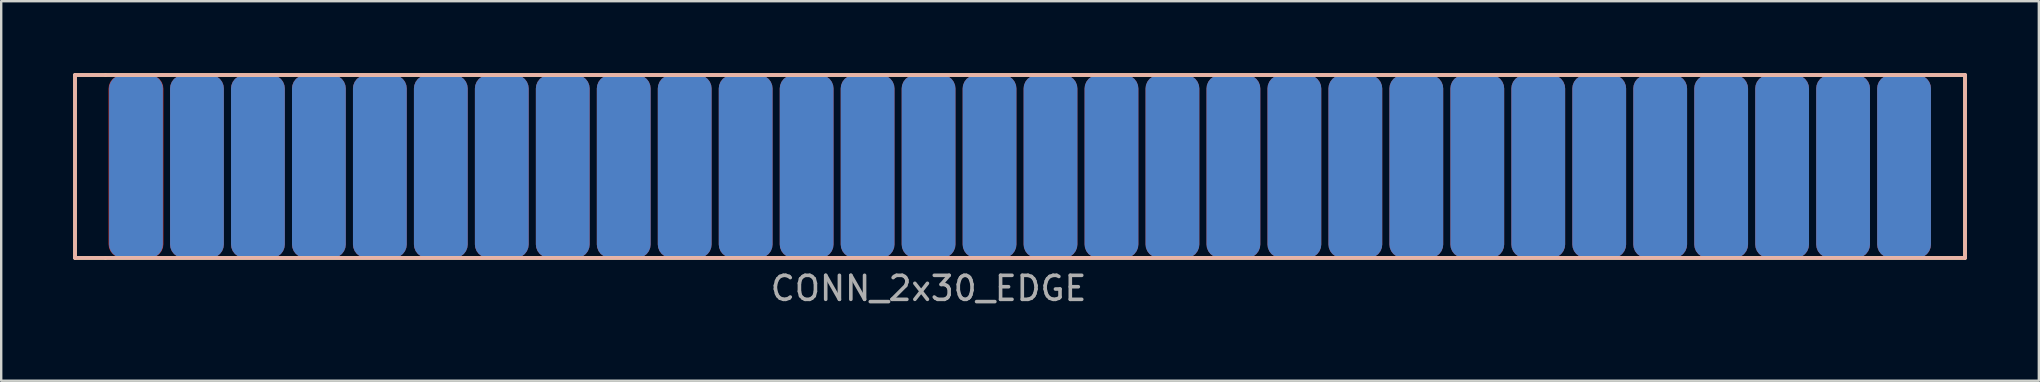
<source format=kicad_pcb>
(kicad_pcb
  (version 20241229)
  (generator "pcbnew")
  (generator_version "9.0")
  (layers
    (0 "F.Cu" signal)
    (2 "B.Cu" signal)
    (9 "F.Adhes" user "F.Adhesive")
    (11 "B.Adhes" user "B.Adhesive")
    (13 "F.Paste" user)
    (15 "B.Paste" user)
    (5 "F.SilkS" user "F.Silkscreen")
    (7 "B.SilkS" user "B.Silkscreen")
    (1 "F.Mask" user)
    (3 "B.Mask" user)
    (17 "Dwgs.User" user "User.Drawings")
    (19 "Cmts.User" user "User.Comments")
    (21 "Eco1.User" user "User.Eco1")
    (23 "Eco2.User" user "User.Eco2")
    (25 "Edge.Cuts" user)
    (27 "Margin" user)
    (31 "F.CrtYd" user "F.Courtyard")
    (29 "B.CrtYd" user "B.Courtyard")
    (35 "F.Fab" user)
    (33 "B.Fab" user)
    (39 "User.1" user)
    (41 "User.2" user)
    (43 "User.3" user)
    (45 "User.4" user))
  (footprint "CONN_2x30_EDGE"
    (layer "F.Cu")
    (at 35.635 3.885)
    (property "Reference" "CONN_2x30_EDGE" (at 0 5.08 0) (layer "F.Fab") (effects (font (size 1 1) (thickness 0.15))))
    (attr through_hole)
    (fp_line (start -35.56 -3.81) (end -35.56 3.81) (stroke (width 0.15) (type solid)) (layer "F.SilkS"))
    (fp_line (start -34.29 -3.81) (end -35.56 -3.81) (stroke (width 0.15) (type solid)) (layer "F.SilkS"))
    (fp_line (start -34.29 -3.81) (end 43.18 -3.81) (stroke (width 0.15) (type solid)) (layer "F.SilkS"))
    (fp_line (start -34.29 3.81) (end -35.56 3.81) (stroke (width 0.15) (type solid)) (layer "F.SilkS"))
    (fp_line (start 43.18 -3.81) (end 43.18 3.81) (stroke (width 0.15) (type solid)) (layer "F.SilkS"))
    (fp_line (start 43.18 3.81) (end -34.29 3.81) (stroke (width 0.15) (type solid)) (layer "F.SilkS"))
    (fp_line (start -35.56 -3.81) (end 43.18 -3.81) (stroke (width 0.15) (type solid)) (layer "B.SilkS"))
    (fp_line (start -35.56 3.81) (end -35.56 -3.81) (stroke (width 0.15) (type solid)) (layer "B.SilkS"))
    (fp_line (start 43.18 -3.81) (end 43.18 3.81) (stroke (width 0.15) (type solid)) (layer "B.SilkS"))
    (fp_line (start 43.18 3.81) (end -35.56 3.81) (stroke (width 0.15) (type solid)) (layer "B.SilkS"))
    (pad "a1" connect roundrect (at -33.02 0) (size 2.286 7.62) (layers "F.Cu" "F.Mask" "F.Paste") (roundrect_rratio 0.25))
    (pad "a2" connect roundrect (at -30.48 0) (size 2.24 7.62) (layers "F.Cu" "F.Mask" "F.Paste") (roundrect_rratio 0.25))
    (pad "a3" connect roundrect (at -27.94 0) (size 2.24 7.62) (layers "F.Cu" "F.Mask" "F.Paste") (roundrect_rratio 0.25))
    (pad "a4" connect roundrect (at -25.4 0) (size 2.24 7.62) (layers "F.Cu" "F.Mask" "F.Paste") (roundrect_rratio 0.25))
    (pad "a5" connect roundrect (at -22.86 0) (size 2.24 7.62) (layers "F.Cu" "F.Mask" "F.Paste") (roundrect_rratio 0.25))
    (pad "a6" connect roundrect (at -20.32 0) (size 2.24 7.62) (layers "F.Cu" "F.Mask" "F.Paste") (roundrect_rratio 0.25))
    (pad "a7" connect roundrect (at -17.78 0) (size 2.24 7.62) (layers "F.Cu" "F.Mask" "F.Paste") (roundrect_rratio 0.25))
    (pad "a8" connect roundrect (at -15.24 0) (size 2.24 7.62) (layers "F.Cu" "F.Mask" "F.Paste") (roundrect_rratio 0.25))
    (pad "a9" connect roundrect (at -12.7 0) (size 2.24 7.62) (layers "F.Cu" "F.Mask" "F.Paste") (roundrect_rratio 0.25))
    (pad "a10" connect roundrect (at -10.16 0) (size 2.24 7.62) (layers "F.Cu" "F.Mask" "F.Paste") (roundrect_rratio 0.25))
    (pad "a11" connect roundrect (at -7.62 0) (size 2.24 7.62) (layers "F.Cu" "F.Mask" "F.Paste") (roundrect_rratio 0.25))
    (pad "a12" connect roundrect (at -5.08 0) (size 2.24 7.62) (layers "F.Cu" "F.Mask" "F.Paste") (roundrect_rratio 0.25))
    (pad "a13" connect roundrect (at -2.54 0) (size 2.24 7.62) (layers "F.Cu" "F.Mask" "F.Paste") (roundrect_rratio 0.25))
    (pad "a14" connect roundrect (at 0 0) (size 2.24 7.62) (layers "F.Cu" "F.Mask" "F.Paste") (roundrect_rratio 0.25))
    (pad "a15" connect roundrect (at 2.54 0) (size 2.24 7.62) (layers "F.Cu" "F.Mask" "F.Paste") (roundrect_rratio 0.25))
    (pad "a16" connect roundrect (at 5.08 0) (size 2.24 7.62) (layers "F.Cu" "F.Mask" "F.Paste") (roundrect_rratio 0.25))
    (pad "a17" connect roundrect (at 7.62 0) (size 2.24 7.62) (layers "F.Cu" "F.Mask" "F.Paste") (roundrect_rratio 0.25))
    (pad "a18" connect roundrect (at 10.16 0) (size 2.24 7.62) (layers "F.Cu" "F.Mask" "F.Paste") (roundrect_rratio 0.25))
    (pad "a19" connect roundrect (at 12.7 0) (size 2.24 7.62) (layers "F.Cu" "F.Mask" "F.Paste") (roundrect_rratio 0.25))
    (pad "a20" connect roundrect (at 15.24 0) (size 2.24 7.62) (layers "F.Cu" "F.Mask" "F.Paste") (roundrect_rratio 0.25))
    (pad "a21" connect roundrect (at 17.78 0) (size 2.24 7.62) (layers "F.Cu" "F.Mask" "F.Paste") (roundrect_rratio 0.25))
    (pad "a22" connect roundrect (at 20.32 0) (size 2.24 7.62) (layers "F.Cu" "F.Mask" "F.Paste") (roundrect_rratio 0.25))
    (pad "a23" connect roundrect (at 22.86 0) (size 2.24 7.62) (layers "F.Cu" "F.Mask" "F.Paste") (roundrect_rratio 0.25))
    (pad "a24" connect roundrect (at 25.4 0) (size 2.24 7.62) (layers "F.Cu" "F.Mask" "F.Paste") (roundrect_rratio 0.25))
    (pad "a25" connect roundrect (at 27.94 0) (size 2.24 7.62) (layers "F.Cu" "F.Mask" "F.Paste") (roundrect_rratio 0.25))
    (pad "a26" connect roundrect (at 30.48 0) (size 2.24 7.62) (layers "F.Cu" "F.Mask" "F.Paste") (roundrect_rratio 0.25))
    (pad "a27" connect roundrect (at 33.02 0) (size 2.24 7.62) (layers "F.Cu" "F.Mask" "F.Paste") (roundrect_rratio 0.25))
    (pad "a28" connect roundrect (at 35.56 0) (size 2.24 7.62) (layers "F.Cu" "F.Mask" "F.Paste") (roundrect_rratio 0.25))
    (pad "a29" connect roundrect (at 38.1 0) (size 2.24 7.62) (layers "F.Cu" "F.Mask" "F.Paste") (roundrect_rratio 0.25))
    (pad "a30" connect roundrect (at 40.64 0) (size 2.24 7.62) (layers "F.Cu" "F.Mask" "F.Paste") (roundrect_rratio 0.25))
    (pad "b1" connect roundrect (at -33.02 0) (size 2.24 7.62) (layers "B.Cu" "B.Mask" "B.Paste") (roundrect_rratio 0.25))
    (pad "b2" connect roundrect (at -30.48 0) (size 2.24 7.62) (layers "B.Cu" "B.Mask" "B.Paste") (roundrect_rratio 0.25))
    (pad "b3" connect roundrect (at -27.94 0) (size 2.24 7.62) (layers "B.Cu" "B.Mask" "B.Paste") (roundrect_rratio 0.25))
    (pad "b4" connect roundrect (at -25.4 0) (size 2.24 7.62) (layers "B.Cu" "B.Mask" "B.Paste") (roundrect_rratio 0.25))
    (pad "b5" connect roundrect (at -22.86 0) (size 2.24 7.62) (layers "B.Cu" "B.Mask" "B.Paste") (roundrect_rratio 0.25))
    (pad "b6" connect roundrect (at -20.32 0) (size 2.24 7.62) (layers "B.Cu" "B.Mask" "B.Paste") (roundrect_rratio 0.25))
    (pad "b7" connect roundrect (at -17.78 0) (size 2.24 7.62) (layers "B.Cu" "B.Mask" "B.Paste") (roundrect_rratio 0.25))
    (pad "b8" connect roundrect (at -15.24 0) (size 2.24 7.62) (layers "B.Cu" "B.Mask" "B.Paste") (roundrect_rratio 0.25))
    (pad "b9" connect roundrect (at -12.7 0) (size 2.24 7.62) (layers "B.Cu" "B.Mask" "B.Paste") (roundrect_rratio 0.25))
    (pad "b10" connect roundrect (at -10.16 0) (size 2.24 7.62) (layers "B.Cu" "B.Mask" "B.Paste") (roundrect_rratio 0.25))
    (pad "b11" connect roundrect (at -7.62 0) (size 2.24 7.62) (layers "B.Cu" "B.Mask" "B.Paste") (roundrect_rratio 0.25))
    (pad "b12" connect roundrect (at -5.08 0) (size 2.24 7.62) (layers "B.Cu" "B.Mask" "B.Paste") (roundrect_rratio 0.25))
    (pad "b13" connect roundrect (at -2.54 0) (size 2.24 7.62) (layers "B.Cu" "B.Mask" "B.Paste") (roundrect_rratio 0.25))
    (pad "b14" connect roundrect (at 0 0) (size 2.24 7.62) (layers "B.Cu" "B.Mask" "B.Paste") (roundrect_rratio 0.25))
    (pad "b15" connect roundrect (at 2.54 0) (size 2.24 7.62) (layers "B.Cu" "B.Mask" "B.Paste") (roundrect_rratio 0.25))
    (pad "b16" connect roundrect (at 5.08 0) (size 2.24 7.62) (layers "B.Cu" "B.Mask" "B.Paste") (roundrect_rratio 0.25))
    (pad "b17" connect roundrect (at 7.62 0) (size 2.24 7.62) (layers "B.Cu" "B.Mask" "B.Paste") (roundrect_rratio 0.25))
    (pad "b18" connect roundrect (at 10.16 0) (size 2.24 7.62) (layers "B.Cu" "B.Mask" "B.Paste") (roundrect_rratio 0.25))
    (pad "b19" connect roundrect (at 12.7 0) (size 2.24 7.62) (layers "B.Cu" "B.Mask" "B.Paste") (roundrect_rratio 0.25))
    (pad "b20" connect roundrect (at 15.24 0) (size 2.24 7.62) (layers "B.Cu" "B.Mask" "B.Paste") (roundrect_rratio 0.25))
    (pad "b21" connect roundrect (at 17.78 0) (size 2.24 7.62) (layers "B.Cu" "B.Mask" "B.Paste") (roundrect_rratio 0.25))
    (pad "b22" connect roundrect (at 20.32 0) (size 2.24 7.62) (layers "B.Cu" "B.Mask" "B.Paste") (roundrect_rratio 0.25))
    (pad "b23" connect roundrect (at 22.86 0) (size 2.24 7.62) (layers "B.Cu" "B.Mask" "B.Paste") (roundrect_rratio 0.25))
    (pad "b24" connect roundrect (at 25.4 0) (size 2.24 7.62) (layers "B.Cu" "B.Mask" "B.Paste") (roundrect_rratio 0.25))
    (pad "b25" connect roundrect (at 27.94 0) (size 2.24 7.62) (layers "B.Cu" "B.Mask" "B.Paste") (roundrect_rratio 0.25))
    (pad "b26" connect roundrect (at 30.48 0) (size 2.24 7.62) (layers "B.Cu" "B.Mask" "B.Paste") (roundrect_rratio 0.25))
    (pad "b27" connect roundrect (at 33.02 0) (size 2.24 7.62) (layers "B.Cu" "B.Mask" "B.Paste") (roundrect_rratio 0.25))
    (pad "b28" connect roundrect (at 35.56 0) (size 2.24 7.62) (layers "B.Cu" "B.Mask" "B.Paste") (roundrect_rratio 0.25))
    (pad "b29" connect roundrect (at 38.1 0) (size 2.24 7.62) (layers "B.Cu" "B.Mask" "B.Paste") (roundrect_rratio 0.25))
    (pad "b30" connect roundrect (at 40.64 0) (size 2.24 7.62) (layers "B.Cu" "B.Mask" "B.Paste") (roundrect_rratio 0.25)))
  (gr_rect
    (start -3 -3)
    (end 81.89 12.813)
    (stroke (width 0.1) (type default))
    (fill no)
    (layer "Edge.Cuts")))
</source>
